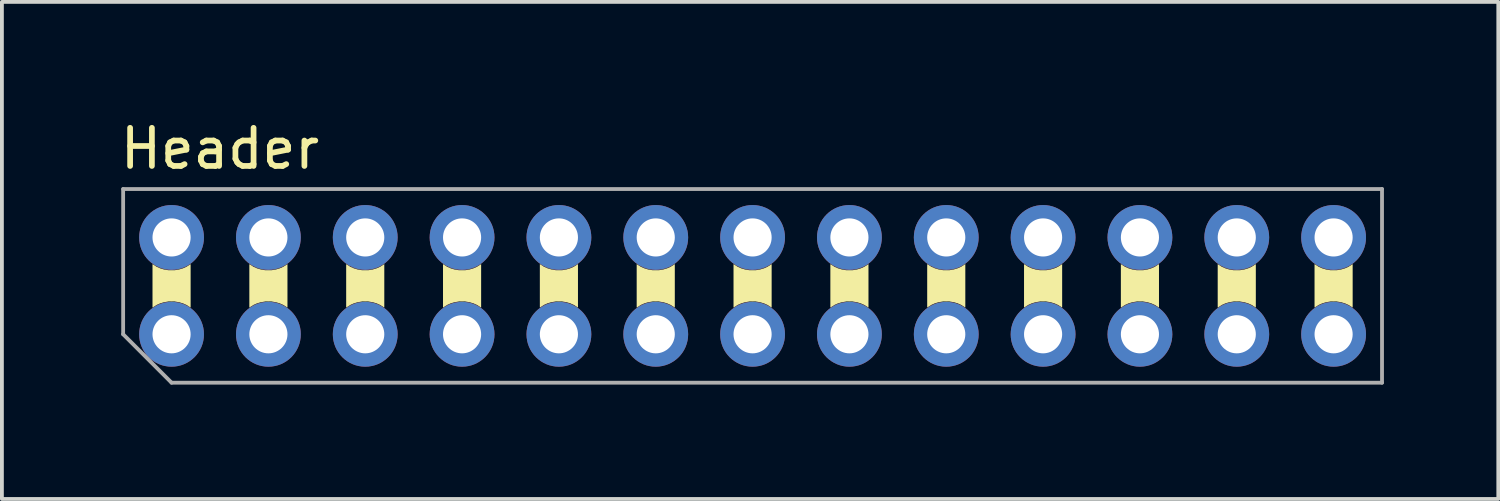
<source format=kicad_pcb>
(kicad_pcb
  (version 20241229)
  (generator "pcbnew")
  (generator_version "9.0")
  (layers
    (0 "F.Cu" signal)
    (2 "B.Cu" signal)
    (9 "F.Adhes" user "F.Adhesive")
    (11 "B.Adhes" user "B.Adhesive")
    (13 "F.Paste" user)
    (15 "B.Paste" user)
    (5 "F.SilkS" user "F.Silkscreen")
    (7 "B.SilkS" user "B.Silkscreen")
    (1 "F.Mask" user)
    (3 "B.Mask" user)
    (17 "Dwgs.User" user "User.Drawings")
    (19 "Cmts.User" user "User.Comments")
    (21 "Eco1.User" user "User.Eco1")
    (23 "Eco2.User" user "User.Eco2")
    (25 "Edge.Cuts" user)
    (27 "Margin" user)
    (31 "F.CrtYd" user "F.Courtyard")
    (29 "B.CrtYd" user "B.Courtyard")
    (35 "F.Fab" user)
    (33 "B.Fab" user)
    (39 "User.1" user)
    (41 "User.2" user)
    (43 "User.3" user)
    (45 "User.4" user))
  (footprint "Header"
    (layer "F.Cu")
    (at 1.45 3.178)
    (property "Reference" "Header" (at 1.27 -2.33 0) (layer "F.SilkS") (effects (font (size 1 1) (thickness 0.15))))
    (attr through_hole)
    (fp_poly (pts (xy 0.5 1.84) (xy 0.39 1.77) (xy 0.3 1.73) (xy 0.2 1.7) (xy 0.08 1.68) (xy 0 1.68) (xy -0.08 1.68) (xy -0.2 1.7) (xy -0.3 1.73) (xy -0.39 1.77) (xy -0.5 1.84) (xy -0.5 0.7) (xy -0.39 0.77) (xy -0.3 0.81) (xy -0.2 0.84) (xy -0.08 0.86) (xy 0 0.86) (xy 0.08 0.86) (xy 0.2 0.84) (xy 0.3 0.81) (xy 0.39 0.77) (xy 0.5 0.7)) (stroke (width 0) (type solid)) (fill yes) (layer "F.SilkS"))
    (fp_poly (pts (xy 3.04 1.84) (xy 2.93 1.77) (xy 2.84 1.73) (xy 2.74 1.7) (xy 2.62 1.68) (xy 2.54 1.68) (xy 2.46 1.68) (xy 2.34 1.7) (xy 2.24 1.73) (xy 2.15 1.77) (xy 2.04 1.84) (xy 2.04 0.7) (xy 2.15 0.77) (xy 2.24 0.81) (xy 2.34 0.84) (xy 2.46 0.86) (xy 2.54 0.86) (xy 2.62 0.86) (xy 2.74 0.84) (xy 2.84 0.81) (xy 2.93 0.77) (xy 3.04 0.7)) (stroke (width 0) (type solid)) (fill yes) (layer "F.SilkS"))
    (fp_poly (pts (xy 5.58 1.84) (xy 5.47 1.77) (xy 5.38 1.73) (xy 5.28 1.7) (xy 5.16 1.68) (xy 5.08 1.68) (xy 5 1.68) (xy 4.88 1.7) (xy 4.78 1.73) (xy 4.69 1.77) (xy 4.58 1.84) (xy 4.58 0.7) (xy 4.69 0.77) (xy 4.78 0.81) (xy 4.88 0.84) (xy 5 0.86) (xy 5.08 0.86) (xy 5.16 0.86) (xy 5.28 0.84) (xy 5.38 0.81) (xy 5.47 0.77) (xy 5.58 0.7)) (stroke (width 0) (type solid)) (fill yes) (layer "F.SilkS"))
    (fp_poly (pts (xy 8.12 1.84) (xy 8.01 1.77) (xy 7.92 1.73) (xy 7.82 1.7) (xy 7.7 1.68) (xy 7.62 1.68) (xy 7.54 1.68) (xy 7.42 1.7) (xy 7.32 1.73) (xy 7.23 1.77) (xy 7.12 1.84) (xy 7.12 0.7) (xy 7.23 0.77) (xy 7.32 0.81) (xy 7.42 0.84) (xy 7.54 0.86) (xy 7.62 0.86) (xy 7.7 0.86) (xy 7.82 0.84) (xy 7.92 0.81) (xy 8.01 0.77) (xy 8.12 0.7)) (stroke (width 0) (type solid)) (fill yes) (layer "F.SilkS"))
    (fp_poly (pts (xy 10.66 1.839) (xy 10.55 1.769) (xy 10.46 1.729) (xy 10.36 1.699) (xy 10.24 1.679) (xy 10.16 1.679) (xy 10.08 1.679) (xy 9.96 1.699) (xy 9.86 1.729) (xy 9.77 1.769) (xy 9.66 1.839) (xy 9.66 0.699) (xy 9.77 0.769) (xy 9.86 0.809) (xy 9.96 0.839) (xy 10.08 0.859) (xy 10.16 0.86) (xy 10.24 0.86) (xy 10.36 0.839) (xy 10.46 0.809) (xy 10.55 0.769) (xy 10.66 0.699)) (stroke (width 0) (type solid)) (fill yes) (layer "F.SilkS"))
    (fp_poly (pts (xy 13.2 1.84) (xy 13.09 1.77) (xy 13 1.73) (xy 12.9 1.7) (xy 12.78 1.68) (xy 12.7 1.68) (xy 12.62 1.68) (xy 12.5 1.7) (xy 12.4 1.73) (xy 12.31 1.77) (xy 12.2 1.84) (xy 12.2 0.7) (xy 12.31 0.77) (xy 12.4 0.81) (xy 12.5 0.84) (xy 12.62 0.86) (xy 12.7 0.86) (xy 12.78 0.86) (xy 12.9 0.84) (xy 13 0.81) (xy 13.09 0.77) (xy 13.2 0.7)) (stroke (width 0) (type solid)) (fill yes) (layer "F.SilkS"))
    (fp_poly (pts (xy 15.74 1.84) (xy 15.63 1.77) (xy 15.54 1.73) (xy 15.44 1.7) (xy 15.32 1.68) (xy 15.24 1.68) (xy 15.16 1.68) (xy 15.04 1.7) (xy 14.94 1.73) (xy 14.85 1.77) (xy 14.74 1.84) (xy 14.74 0.7) (xy 14.85 0.77) (xy 14.94 0.81) (xy 15.04 0.84) (xy 15.16 0.86) (xy 15.24 0.86) (xy 15.32 0.86) (xy 15.44 0.84) (xy 15.54 0.81) (xy 15.63 0.77) (xy 15.74 0.7)) (stroke (width 0) (type solid)) (fill yes) (layer "F.SilkS"))
    (fp_poly (pts (xy 18.28 1.84) (xy 18.17 1.77) (xy 18.08 1.73) (xy 17.98 1.7) (xy 17.86 1.68) (xy 17.78 1.68) (xy 17.7 1.68) (xy 17.58 1.7) (xy 17.48 1.73) (xy 17.39 1.77) (xy 17.28 1.84) (xy 17.28 0.7) (xy 17.39 0.77) (xy 17.48 0.81) (xy 17.58 0.84) (xy 17.7 0.86) (xy 17.78 0.86) (xy 17.86 0.86) (xy 17.98 0.84) (xy 18.08 0.81) (xy 18.17 0.77) (xy 18.28 0.7)) (stroke (width 0) (type solid)) (fill yes) (layer "F.SilkS"))
    (fp_poly (pts (xy 20.82 1.839) (xy 20.71 1.769) (xy 20.62 1.729) (xy 20.52 1.699) (xy 20.4 1.679) (xy 20.32 1.679) (xy 20.24 1.679) (xy 20.12 1.699) (xy 20.02 1.729) (xy 19.93 1.769) (xy 19.82 1.839) (xy 19.82 0.699) (xy 19.93 0.769) (xy 20.02 0.809) (xy 20.12 0.839) (xy 20.24 0.859) (xy 20.32 0.86) (xy 20.4 0.86) (xy 20.52 0.839) (xy 20.62 0.809) (xy 20.71 0.769) (xy 20.82 0.699)) (stroke (width 0) (type solid)) (fill yes) (layer "F.SilkS"))
    (fp_poly (pts (xy 23.36 1.84) (xy 23.25 1.77) (xy 23.16 1.73) (xy 23.06 1.7) (xy 22.94 1.68) (xy 22.86 1.68) (xy 22.78 1.68) (xy 22.66 1.7) (xy 22.56 1.73) (xy 22.47 1.77) (xy 22.36 1.84) (xy 22.36 0.7) (xy 22.47 0.77) (xy 22.56 0.81) (xy 22.66 0.84) (xy 22.78 0.86) (xy 22.86 0.86) (xy 22.94 0.86) (xy 23.06 0.84) (xy 23.16 0.81) (xy 23.25 0.77) (xy 23.36 0.7)) (stroke (width 0) (type solid)) (fill yes) (layer "F.SilkS"))
    (fp_poly (pts (xy 25.9 1.84) (xy 25.79 1.77) (xy 25.7 1.73) (xy 25.6 1.7) (xy 25.48 1.68) (xy 25.4 1.68) (xy 25.32 1.68) (xy 25.2 1.7) (xy 25.1 1.73) (xy 25.01 1.77) (xy 24.9 1.84) (xy 24.9 0.7) (xy 25.01 0.77) (xy 25.1 0.81) (xy 25.2 0.84) (xy 25.32 0.86) (xy 25.4 0.86) (xy 25.48 0.86) (xy 25.6 0.84) (xy 25.7 0.81) (xy 25.79 0.77) (xy 25.9 0.7)) (stroke (width 0) (type solid)) (fill yes) (layer "F.SilkS"))
    (fp_poly (pts (xy 28.44 1.84) (xy 28.33 1.77) (xy 28.24 1.73) (xy 28.14 1.7) (xy 28.02 1.68) (xy 27.94 1.68) (xy 27.86 1.68) (xy 27.74 1.7) (xy 27.64 1.73) (xy 27.55 1.77) (xy 27.44 1.84) (xy 27.44 0.7) (xy 27.55 0.77) (xy 27.64 0.81) (xy 27.74 0.84) (xy 27.86 0.86) (xy 27.94 0.86) (xy 28.02 0.86) (xy 28.14 0.84) (xy 28.24 0.81) (xy 28.33 0.77) (xy 28.44 0.7)) (stroke (width 0) (type solid)) (fill yes) (layer "F.SilkS"))
    (fp_poly (pts (xy 30.98 1.84) (xy 30.87 1.77) (xy 30.78 1.73) (xy 30.68 1.7) (xy 30.56 1.68) (xy 30.48 1.68) (xy 30.4 1.68) (xy 30.28 1.7) (xy 30.18 1.73) (xy 30.09 1.77) (xy 29.98 1.84) (xy 29.98 0.7) (xy 30.09 0.77) (xy 30.18 0.81) (xy 30.28 0.84) (xy 30.4 0.86) (xy 30.48 0.86) (xy 30.56 0.86) (xy 30.68 0.84) (xy 30.78 0.81) (xy 30.87 0.77) (xy 30.98 0.7)) (stroke (width 0) (type solid)) (fill yes) (layer "F.SilkS"))
    (fp_line (start -1.27 -1.27) (end 31.75 -1.27) (stroke (width 0.1) (type solid)) (layer "F.Fab"))
    (fp_line (start -1.27 2.54) (end -1.27 -1.27) (stroke (width 0.1) (type solid)) (layer "F.Fab"))
    (fp_line (start 0 3.81) (end -1.27 2.54) (stroke (width 0.1) (type solid)) (layer "F.Fab"))
    (fp_line (start 31.75 -1.27) (end 31.75 3.81) (stroke (width 0.1) (type solid)) (layer "F.Fab"))
    (fp_line (start 31.75 3.81) (end 0 3.81) (stroke (width 0.1) (type solid)) (layer "F.Fab"))
    (pad "1" thru_hole circle (at 0 2.54 90) (size 1.7 1.7) (drill 1) (layers "*.Cu" "*.Mask"))
    (pad "2" thru_hole oval (at 0 0 90) (size 1.7 1.7) (drill 1) (layers "*.Cu" "*.Mask"))
    (pad "3" thru_hole oval (at 2.54 2.54 90) (size 1.7 1.7) (drill 1) (layers "*.Cu" "*.Mask"))
    (pad "4" thru_hole oval (at 2.54 0 90) (size 1.7 1.7) (drill 1) (layers "*.Cu" "*.Mask"))
    (pad "5" thru_hole oval (at 5.08 2.54 90) (size 1.7 1.7) (drill 1) (layers "*.Cu" "*.Mask"))
    (pad "6" thru_hole oval (at 5.08 0 90) (size 1.7 1.7) (drill 1) (layers "*.Cu" "*.Mask"))
    (pad "7" thru_hole oval (at 7.62 2.54 90) (size 1.7 1.7) (drill 1) (layers "*.Cu" "*.Mask"))
    (pad "8" thru_hole oval (at 7.62 0 90) (size 1.7 1.7) (drill 1) (layers "*.Cu" "*.Mask"))
    (pad "9" thru_hole oval (at 10.16 2.54 90) (size 1.7 1.7) (drill 1) (layers "*.Cu" "*.Mask"))
    (pad "10" thru_hole oval (at 10.16 0 90) (size 1.7 1.7) (drill 1) (layers "*.Cu" "*.Mask"))
    (pad "11" thru_hole oval (at 12.7 2.54 90) (size 1.7 1.7) (drill 1) (layers "*.Cu" "*.Mask"))
    (pad "12" thru_hole oval (at 12.7 0 90) (size 1.7 1.7) (drill 1) (layers "*.Cu" "*.Mask"))
    (pad "13" thru_hole oval (at 15.24 2.54 90) (size 1.7 1.7) (drill 1) (layers "*.Cu" "*.Mask"))
    (pad "14" thru_hole oval (at 15.24 0 90) (size 1.7 1.7) (drill 1) (layers "*.Cu" "*.Mask"))
    (pad "15" thru_hole oval (at 17.78 2.54 90) (size 1.7 1.7) (drill 1) (layers "*.Cu" "*.Mask"))
    (pad "16" thru_hole oval (at 17.78 0 90) (size 1.7 1.7) (drill 1) (layers "*.Cu" "*.Mask"))
    (pad "17" thru_hole oval (at 20.32 2.54 90) (size 1.7 1.7) (drill 1) (layers "*.Cu" "*.Mask"))
    (pad "18" thru_hole oval (at 20.32 0 90) (size 1.7 1.7) (drill 1) (layers "*.Cu" "*.Mask"))
    (pad "19" thru_hole oval (at 22.86 2.54 90) (size 1.7 1.7) (drill 1) (layers "*.Cu" "*.Mask"))
    (pad "20" thru_hole oval (at 22.86 0 90) (size 1.7 1.7) (drill 1) (layers "*.Cu" "*.Mask"))
    (pad "21" thru_hole oval (at 25.4 2.54 90) (size 1.7 1.7) (drill 1) (layers "*.Cu" "*.Mask"))
    (pad "22" thru_hole oval (at 25.4 0 90) (size 1.7 1.7) (drill 1) (layers "*.Cu" "*.Mask"))
    (pad "23" thru_hole oval (at 27.94 2.54 90) (size 1.7 1.7) (drill 1) (layers "*.Cu" "*.Mask"))
    (pad "24" thru_hole oval (at 27.94 0 90) (size 1.7 1.7) (drill 1) (layers "*.Cu" "*.Mask"))
    (pad "25" thru_hole oval (at 30.48 2.54 90) (size 1.7 1.7) (drill 1) (layers "*.Cu" "*.Mask"))
    (pad "26" thru_hole oval (at 30.48 0 90) (size 1.7 1.7) (drill 1) (layers "*.Cu" "*.Mask")))
  (gr_rect
    (start -3 -3)
    (end 36.25 10.038)
    (stroke (width 0.1) (type default))
    (fill no)
    (layer "Edge.Cuts")))
</source>
